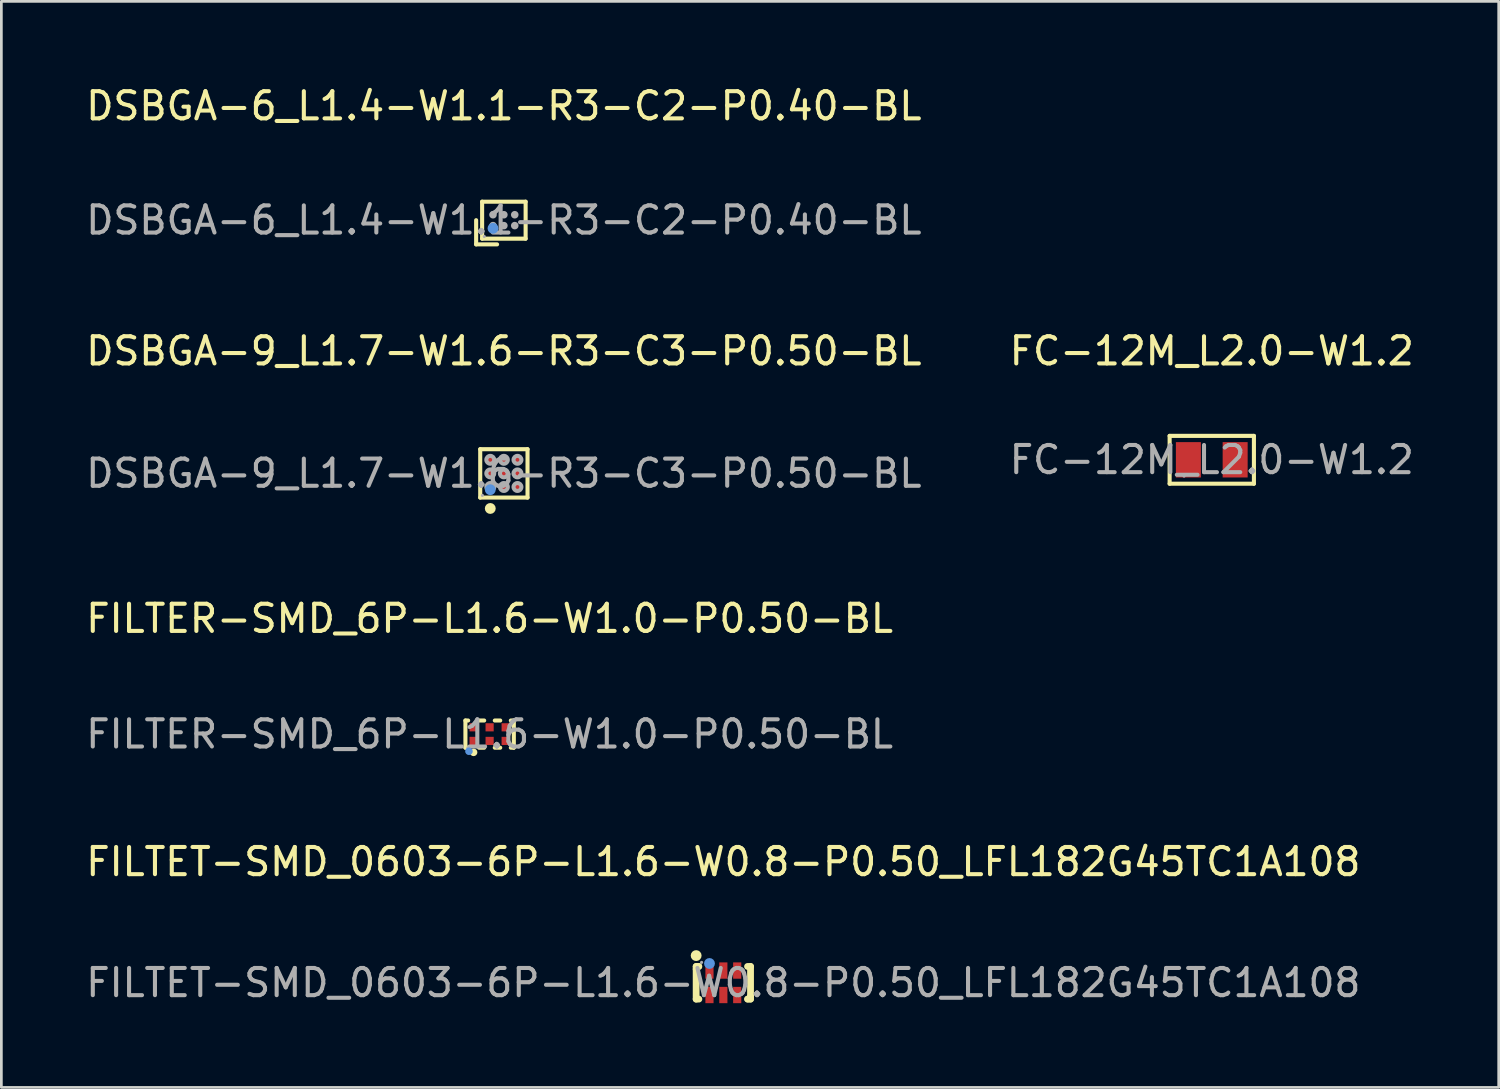
<source format=kicad_pcb>
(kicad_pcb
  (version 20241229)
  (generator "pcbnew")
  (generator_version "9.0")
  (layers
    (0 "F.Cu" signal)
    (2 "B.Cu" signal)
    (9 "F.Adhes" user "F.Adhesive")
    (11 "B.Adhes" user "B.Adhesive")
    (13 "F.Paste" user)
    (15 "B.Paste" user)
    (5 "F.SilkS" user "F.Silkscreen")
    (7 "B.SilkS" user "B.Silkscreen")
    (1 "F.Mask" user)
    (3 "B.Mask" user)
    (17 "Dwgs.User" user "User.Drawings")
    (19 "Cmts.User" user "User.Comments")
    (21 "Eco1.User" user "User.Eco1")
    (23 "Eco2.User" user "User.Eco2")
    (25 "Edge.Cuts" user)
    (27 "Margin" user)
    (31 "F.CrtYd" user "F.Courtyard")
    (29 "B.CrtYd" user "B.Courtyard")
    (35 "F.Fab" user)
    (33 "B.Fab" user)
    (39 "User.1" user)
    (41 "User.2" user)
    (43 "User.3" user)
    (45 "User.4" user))
  (footprint "DSBGA-9_L1.7-W1.6-R3-C3-P0.50-BL"
    (layer "F.Cu")
    (at 15.482 14.361)
    (property "Reference" "DSBGA-9_L1.7-W1.6-R3-C3-P0.50-BL" (at 0 -4.5 0) (layer "F.SilkS") (effects (font (size 1 1) (thickness 0.15))))
    (attr smd)
    (fp_line (start -0.87 -0.89) (end 0.87 -0.89) (stroke (width 0.15) (type solid)) (layer "F.SilkS"))
    (fp_line (start -0.87 0.89) (end -0.87 -0.89) (stroke (width 0.15) (type solid)) (layer "F.SilkS"))
    (fp_line (start 0.87 -0.89) (end 0.87 0.89) (stroke (width 0.15) (type solid)) (layer "F.SilkS"))
    (fp_line (start 0.87 0.89) (end -0.87 0.89) (stroke (width 0.15) (type solid)) (layer "F.SilkS"))
    (fp_circle (center -0.5 1.29) (end -0.4 1.29) (stroke (width 0.2) (type solid)) (fill no) (layer "F.SilkS"))
    (fp_circle (center -0.5 0.6) (end -0.4 0.6) (stroke (width 0.2) (type solid)) (fill no) (layer "Cmts.User"))
    (fp_circle (center -0.79 0.81) (end -0.76 0.81) (stroke (width 0.06) (type solid)) (fill no) (layer "F.Fab"))
    (fp_circle (center -0.5 -0.5) (end -0.43 -0.5) (stroke (width 0.15) (type solid)) (fill no) (layer "F.Fab"))
    (fp_circle (center -0.5 0) (end -0.43 0) (stroke (width 0.15) (type solid)) (fill no) (layer "F.Fab"))
    (fp_circle (center -0.5 0.5) (end -0.43 0.5) (stroke (width 0.15) (type solid)) (fill no) (layer "F.Fab"))
    (fp_circle (center 0 -0.5) (end 0.07 -0.5) (stroke (width 0.15) (type solid)) (fill no) (layer "F.Fab"))
    (fp_circle (center 0 0) (end 0.07 0) (stroke (width 0.15) (type solid)) (fill no) (layer "F.Fab"))
    (fp_circle (center 0 0.5) (end 0.07 0.5) (stroke (width 0.15) (type solid)) (fill no) (layer "F.Fab"))
    (fp_circle (center 0.5 -0.5) (end 0.57 -0.5) (stroke (width 0.15) (type solid)) (fill no) (layer "F.Fab"))
    (fp_circle (center 0.5 0) (end 0.57 0) (stroke (width 0.15) (type solid)) (fill no) (layer "F.Fab"))
    (fp_circle (center 0.5 0.5) (end 0.57 0.5) (stroke (width 0.15) (type solid)) (fill no) (layer "F.Fab"))
    (fp_text user "${REFERENCE}" (at 0 0 0) (layer "F.Fab") (effects (font (size 1 1) (thickness 0.15))))
    (pad "A1" smd circle (at -0.5 0.5) (size 0.24 0.24) (layers "F.Cu" "F.Mask" "F.Paste"))
    (pad "A2" smd circle (at -0.5 0) (size 0.24 0.24) (layers "F.Cu" "F.Mask" "F.Paste"))
    (pad "A3" smd circle (at -0.5 -0.5) (size 0.24 0.24) (layers "F.Cu" "F.Mask" "F.Paste"))
    (pad "B1" smd circle (at 0 0.5) (size 0.24 0.24) (layers "F.Cu" "F.Mask" "F.Paste"))
    (pad "B2" smd circle (at 0 0) (size 0.24 0.24) (layers "F.Cu" "F.Mask" "F.Paste"))
    (pad "B3" smd circle (at 0 -0.5) (size 0.24 0.24) (layers "F.Cu" "F.Mask" "F.Paste"))
    (pad "C1" smd circle (at 0.5 0.5) (size 0.24 0.24) (layers "F.Cu" "F.Mask" "F.Paste"))
    (pad "C2" smd circle (at 0.5 0) (size 0.24 0.24) (layers "F.Cu" "F.Mask" "F.Paste"))
    (pad "C3" smd circle (at 0.5 -0.5) (size 0.24 0.24) (layers "F.Cu" "F.Mask" "F.Paste")))
  (footprint "FILTER-SMD_6P-L1.6-W1.0-P0.50-BL"
    (layer "F.Cu")
    (at 14.958 23.95)
    (property "Reference" "FILTER-SMD_6P-L1.6-W1.0-P0.50-BL" (at 0 -4.25 0) (layer "F.SilkS") (effects (font (size 1 1) (thickness 0.15))))
    (attr smd)
    (fp_line (start -0.89 -0.5) (end -0.89 0.5) (stroke (width 0.15) (type solid)) (layer "F.SilkS"))
    (fp_line (start -0.89 -0.5) (end -0.79 -0.5) (stroke (width 0.15) (type solid)) (layer "F.SilkS"))
    (fp_line (start -0.89 0.5) (end -0.79 0.5) (stroke (width 0.15) (type solid)) (layer "F.SilkS"))
    (fp_line (start -0.39 -0.5) (end -0.2 -0.5) (stroke (width 0.15) (type solid)) (layer "F.SilkS"))
    (fp_line (start -0.39 0.5) (end -0.2 0.5) (stroke (width 0.15) (type solid)) (layer "F.SilkS"))
    (fp_line (start 0.19 -0.5) (end 0.39 -0.5) (stroke (width 0.15) (type solid)) (layer "F.SilkS"))
    (fp_line (start 0.19 0.5) (end 0.39 0.5) (stroke (width 0.15) (type solid)) (layer "F.SilkS"))
    (fp_line (start 0.78 -0.5) (end 0.89 -0.5) (stroke (width 0.15) (type solid)) (layer "F.SilkS"))
    (fp_line (start 0.78 0.5) (end 0.89 0.5) (stroke (width 0.15) (type solid)) (layer "F.SilkS"))
    (fp_line (start 0.89 -0.5) (end 0.89 0.5) (stroke (width 0.15) (type solid)) (layer "F.SilkS"))
    (fp_circle (center -0.59 0.67) (end -0.52 0.67) (stroke (width 0.14) (type solid)) (fill no) (layer "F.SilkS"))
    (fp_circle (center -0.76 0.63) (end -0.69 0.63) (stroke (width 0.14) (type solid)) (fill no) (layer "Cmts.User"))
    (fp_circle (center -0.8 0.5) (end -0.77 0.5) (stroke (width 0.06) (type solid)) (fill no) (layer "F.Fab"))
    (fp_text user "${REFERENCE}" (at 0 0 0) (layer "F.Fab") (effects (font (size 1 1) (thickness 0.15))))
    (pad "1" smd rect (at -0.59 0.25) (size 0.3 0.3) (layers "F.Cu" "F.Mask" "F.Paste"))
    (pad "2" smd rect (at 0 0.25) (size 0.3 0.3) (layers "F.Cu" "F.Mask" "F.Paste"))
    (pad "3" smd rect (at 0.59 0.25) (size 0.3 0.3) (layers "F.Cu" "F.Mask" "F.Paste"))
    (pad "4" smd rect (at 0.59 -0.25) (size 0.3 0.3) (layers "F.Cu" "F.Mask" "F.Paste"))
    (pad "5" smd rect (at 0 -0.25) (size 0.3 0.3) (layers "F.Cu" "F.Mask" "F.Paste"))
    (pad "6" smd rect (at -0.59 -0.25) (size 0.3 0.3) (layers "F.Cu" "F.Mask" "F.Paste")))
  (footprint "DSBGA-6_L1.4-W1.1-R3-C2-P0.40-BL"
    (layer "F.Cu")
    (at 15.482 5.048)
    (property "Reference" "DSBGA-6_L1.4-W1.1-R3-C2-P0.40-BL" (at 0 -4.2 0) (layer "F.SilkS") (effects (font (size 1 1) (thickness 0.15))))
    (attr smd)
    (fp_line (start -1.02 0) (end -1.02 0.89) (stroke (width 0.15) (type solid)) (layer "F.SilkS"))
    (fp_line (start -1.02 0.89) (end -0.25 0.89) (stroke (width 0.15) (type solid)) (layer "F.SilkS"))
    (fp_line (start -0.8 -0.68) (end 0.8 -0.68) (stroke (width 0.15) (type solid)) (layer "F.SilkS"))
    (fp_line (start -0.8 0.68) (end -0.8 -0.68) (stroke (width 0.15) (type solid)) (layer "F.SilkS"))
    (fp_line (start 0.8 -0.68) (end 0.8 0.68) (stroke (width 0.15) (type solid)) (layer "F.SilkS"))
    (fp_line (start 0.8 0.68) (end -0.8 0.68) (stroke (width 0.15) (type solid)) (layer "F.SilkS"))
    (fp_circle (center -0.4 0.3) (end -0.3 0.3) (stroke (width 0.2) (type solid)) (fill no) (layer "Cmts.User"))
    (fp_circle (center -0.72 0.6) (end -0.69 0.6) (stroke (width 0.06) (type solid)) (fill no) (layer "F.Fab"))
    (fp_circle (center -0.4 -0.2) (end -0.33 -0.2) (stroke (width 0.14) (type solid)) (fill no) (layer "F.Fab"))
    (fp_circle (center -0.4 0.2) (end -0.33 0.2) (stroke (width 0.14) (type solid)) (fill no) (layer "F.Fab"))
    (fp_circle (center 0 -0.2) (end 0.07 -0.2) (stroke (width 0.14) (type solid)) (fill no) (layer "F.Fab"))
    (fp_circle (center 0 0.2) (end 0.07 0.2) (stroke (width 0.14) (type solid)) (fill no) (layer "F.Fab"))
    (fp_circle (center 0.4 -0.2) (end 0.47 -0.2) (stroke (width 0.14) (type solid)) (fill no) (layer "F.Fab"))
    (fp_circle (center 0.4 0.2) (end 0.47 0.2) (stroke (width 0.14) (type solid)) (fill no) (layer "F.Fab"))
    (fp_text user "${REFERENCE}" (at 0 0 0) (layer "F.Fab") (effects (font (size 1 1) (thickness 0.15))))
    (pad "A1" smd circle (at -0.4 0.2) (size 0.22 0.22) (layers "F.Cu" "F.Mask" "F.Paste"))
    (pad "A2" smd circle (at -0.4 -0.2) (size 0.22 0.22) (layers "F.Cu" "F.Mask" "F.Paste"))
    (pad "B1" smd circle (at 0 0.2) (size 0.22 0.22) (layers "F.Cu" "F.Mask" "F.Paste"))
    (pad "B2" smd circle (at 0 -0.2) (size 0.22 0.22) (layers "F.Cu" "F.Mask" "F.Paste"))
    (pad "C1" smd circle (at 0.4 0.2) (size 0.22 0.22) (layers "F.Cu" "F.Mask" "F.Paste"))
    (pad "C2" smd circle (at 0.4 -0.2) (size 0.22 0.22) (layers "F.Cu" "F.Mask" "F.Paste")))
  (footprint "FILTET-SMD_0603-6P-L1.6-W0.8-P0.50_LFL182G45TC1A108"
    (layer "F.Cu")
    (at 23.554 33.096)
    (property "Reference" "FILTET-SMD_0603-6P-L1.6-W0.8-P0.50_LFL182G45TC1A108" (at 0 -4.45 0) (layer "F.SilkS") (effects (font (size 1 1) (thickness 0.15))))
    (attr smd)
    (fp_line (start -1 -0.6) (end -0.91 -0.6) (stroke (width 0.25) (type solid)) (layer "F.SilkS"))
    (fp_line (start -1 -0.5) (end -1 -0.6) (stroke (width 0.25) (type solid)) (layer "F.SilkS"))
    (fp_line (start -1 0.6) (end -1 -0.5) (stroke (width 0.25) (type solid)) (layer "F.SilkS"))
    (fp_line (start -0.91 -0.6) (end -0.9 -0.6) (stroke (width 0.25) (type solid)) (layer "F.SilkS"))
    (fp_line (start -0.9 0.6) (end -1 0.6) (stroke (width 0.25) (type solid)) (layer "F.SilkS"))
    (fp_line (start 0.89 -0.6) (end 1 -0.6) (stroke (width 0.25) (type solid)) (layer "F.SilkS"))
    (fp_line (start 0.9 0.6) (end 0.89 0.6) (stroke (width 0.25) (type solid)) (layer "F.SilkS"))
    (fp_line (start 1 -0.6) (end 1 0.5) (stroke (width 0.25) (type solid)) (layer "F.SilkS"))
    (fp_line (start 1 0.5) (end 1 0.6) (stroke (width 0.25) (type solid)) (layer "F.SilkS"))
    (fp_line (start 1 0.6) (end 0.9 0.6) (stroke (width 0.25) (type solid)) (layer "F.SilkS"))
    (fp_circle (center -1 -1) (end -0.9 -1) (stroke (width 0.2) (type solid)) (fill no) (layer "F.SilkS"))
    (fp_circle (center -0.51 -0.71) (end -0.41 -0.71) (stroke (width 0.2) (type solid)) (fill no) (layer "Cmts.User"))
    (fp_circle (center -0.8 -0.75) (end -0.77 -0.75) (stroke (width 0.06) (type solid)) (fill no) (layer "F.Fab"))
    (fp_text user "${REFERENCE}" (at 0 0 0) (layer "F.Fab") (effects (font (size 1 1) (thickness 0.15))))
    (pad "1" smd rect (at -0.51 -0.45) (size 0.3 0.6) (layers "F.Cu" "F.Mask" "F.Paste"))
    (pad "2" smd rect (at 0 -0.45) (size 0.3 0.6) (layers "F.Cu" "F.Mask" "F.Paste"))
    (pad "3" smd rect (at 0.51 -0.45) (size 0.3 0.6) (layers "F.Cu" "F.Mask" "F.Paste"))
    (pad "4" smd rect (at 0.51 0.45) (size 0.3 0.6) (layers "F.Cu" "F.Mask" "F.Paste"))
    (pad "5" smd rect (at 0 0.45) (size 0.3 0.6) (layers "F.Cu" "F.Mask" "F.Paste"))
    (pad "6" smd rect (at -0.51 0.45) (size 0.3 0.6) (layers "F.Cu" "F.Mask" "F.Paste")))
  (footprint "FC-12M_L2.0-W1.2"
    (layer "F.Cu")
    (at 41.518 13.861)
    (property "Reference" "FC-12M_L2.0-W1.2" (at 0 -4 0) (layer "F.SilkS") (effects (font (size 1 1) (thickness 0.15))))
    (attr smd)
    (fp_line (start -1.55 -0.88) (end 1.55 -0.88) (stroke (width 0.15) (type solid)) (layer "F.SilkS"))
    (fp_line (start -1.55 0.88) (end -1.55 -0.88) (stroke (width 0.15) (type solid)) (layer "F.SilkS"))
    (fp_line (start 1.55 -0.88) (end 1.55 0.88) (stroke (width 0.15) (type solid)) (layer "F.SilkS"))
    (fp_line (start 1.55 0.88) (end -1.55 0.88) (stroke (width 0.15) (type solid)) (layer "F.SilkS"))
    (fp_circle (center -1.02 0.6) (end -0.99 0.6) (stroke (width 0.06) (type solid)) (fill no) (layer "F.Fab"))
    (fp_text user "${REFERENCE}" (at 0 0 0) (layer "F.Fab") (effects (font (size 1 1) (thickness 0.15))))
    (pad "1" smd rect (at -0.86 0) (size 0.92 1.3) (layers "F.Cu" "F.Mask" "F.Paste"))
    (pad "2" smd rect (at 0.86 0) (size 0.92 1.3) (layers "F.Cu" "F.Mask" "F.Paste")))
  (gr_rect
    (start -3 -3)
    (end 52.071 36.944)
    (stroke (width 0.1) (type default))
    (fill no)
    (layer "Edge.Cuts")))
</source>
